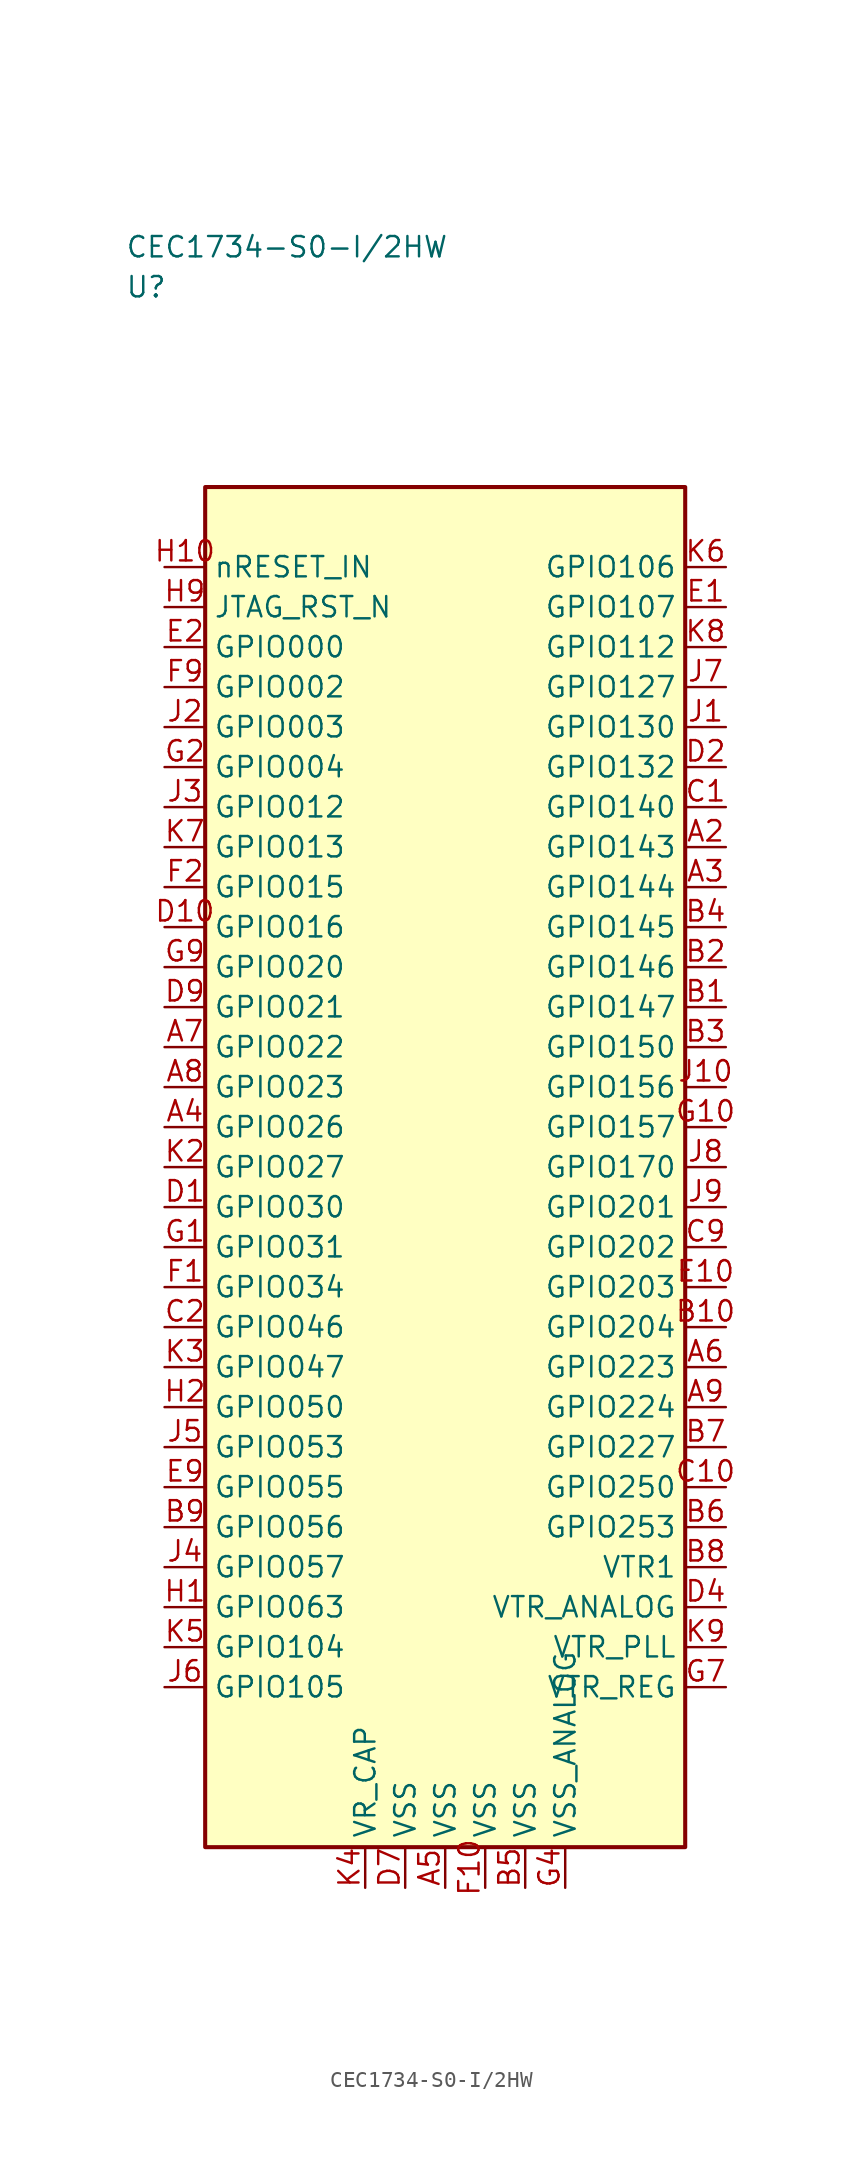
<source format=kicad_sym>
(kicad_symbol_lib
  (version 20241025)
  (generator "kicad_symbol_editor")
  (generator_version "8.0")
  (symbol "CEC1734-S0-I/2HW"
    (property "Reference" "U"
      (at -20.0 55.0 0)
      (effects (font (size 1.27 1.27)) (justify left)))
    (property "Value" "CEC1734-S0-I/2HW"
      (at -20.0 57.5 0)
      (effects (font (size 1.27 1.27)) (justify left)))
    (symbol "CEC1734-S0-I/2HW_0_1"
      (rectangle (start -15.0 42.5) (end 15.0 -42.5) (stroke (width 0.254) (type default)) (fill (type background))))
    (symbol "CEC1734-S0-I/2HW_1_1"
      (pin bidirectional line (at -17.54 32.5 0.0) (length 2.54) (name "GPIO000" (effects (font (size 1.27 1.27)))) (number "E2" (effects (font (size 1.27 1.27)))))
      (pin bidirectional line (at -17.54 30.0 0.0) (length 2.54) (name "GPIO002" (effects (font (size 1.27 1.27)))) (number "F9" (effects (font (size 1.27 1.27)))))
      (pin bidirectional line (at -17.54 27.5 0.0) (length 2.54) (name "GPIO003" (effects (font (size 1.27 1.27)))) (number "J2" (effects (font (size 1.27 1.27)))))
      (pin bidirectional line (at -17.54 25.0 0.0) (length 2.54) (name "GPIO004" (effects (font (size 1.27 1.27)))) (number "G2" (effects (font (size 1.27 1.27)))))
      (pin bidirectional line (at -17.54 22.5 0.0) (length 2.54) (name "GPIO012" (effects (font (size 1.27 1.27)))) (number "J3" (effects (font (size 1.27 1.27)))))
      (pin bidirectional line (at -17.54 20.0 0.0) (length 2.54) (name "GPIO013" (effects (font (size 1.27 1.27)))) (number "K7" (effects (font (size 1.27 1.27)))))
      (pin bidirectional line (at -17.54 17.5 0.0) (length 2.54) (name "GPIO015" (effects (font (size 1.27 1.27)))) (number "F2" (effects (font (size 1.27 1.27)))))
      (pin bidirectional line (at -17.54 15.0 0.0) (length 2.54) (name "GPIO016" (effects (font (size 1.27 1.27)))) (number "D10" (effects (font (size 1.27 1.27)))))
      (pin bidirectional line (at -17.54 12.5 0.0) (length 2.54) (name "GPIO020" (effects (font (size 1.27 1.27)))) (number "G9" (effects (font (size 1.27 1.27)))))
      (pin bidirectional line (at -17.54 10.0 0.0) (length 2.54) (name "GPIO021" (effects (font (size 1.27 1.27)))) (number "D9" (effects (font (size 1.27 1.27)))))
      (pin bidirectional line (at -17.54 7.5 0.0) (length 2.54) (name "GPIO022" (effects (font (size 1.27 1.27)))) (number "A7" (effects (font (size 1.27 1.27)))))
      (pin bidirectional line (at -17.54 5.0 0.0) (length 2.54) (name "GPIO023" (effects (font (size 1.27 1.27)))) (number "A8" (effects (font (size 1.27 1.27)))))
      (pin bidirectional line (at -17.54 2.5 0.0) (length 2.54) (name "GPIO026" (effects (font (size 1.27 1.27)))) (number "A4" (effects (font (size 1.27 1.27)))))
      (pin bidirectional line (at -17.54 0.0 0.0) (length 2.54) (name "GPIO027" (effects (font (size 1.27 1.27)))) (number "K2" (effects (font (size 1.27 1.27)))))
      (pin bidirectional line (at -17.54 -2.5 0.0) (length 2.54) (name "GPIO030" (effects (font (size 1.27 1.27)))) (number "D1" (effects (font (size 1.27 1.27)))))
      (pin bidirectional line (at -17.54 -5.0 0.0) (length 2.54) (name "GPIO031" (effects (font (size 1.27 1.27)))) (number "G1" (effects (font (size 1.27 1.27)))))
      (pin bidirectional line (at -17.54 -7.5 0.0) (length 2.54) (name "GPIO034" (effects (font (size 1.27 1.27)))) (number "F1" (effects (font (size 1.27 1.27)))))
      (pin bidirectional line (at -17.54 -10.0 0.0) (length 2.54) (name "GPIO046" (effects (font (size 1.27 1.27)))) (number "C2" (effects (font (size 1.27 1.27)))))
      (pin bidirectional line (at -17.54 -12.5 0.0) (length 2.54) (name "GPIO047" (effects (font (size 1.27 1.27)))) (number "K3" (effects (font (size 1.27 1.27)))))
      (pin bidirectional line (at -17.54 -15.0 0.0) (length 2.54) (name "GPIO050" (effects (font (size 1.27 1.27)))) (number "H2" (effects (font (size 1.27 1.27)))))
      (pin bidirectional line (at -17.54 -17.5 0.0) (length 2.54) (name "GPIO053" (effects (font (size 1.27 1.27)))) (number "J5" (effects (font (size 1.27 1.27)))))
      (pin bidirectional line (at -17.54 -20.0 0.0) (length 2.54) (name "GPIO055" (effects (font (size 1.27 1.27)))) (number "E9" (effects (font (size 1.27 1.27)))))
      (pin bidirectional line (at -17.54 -22.5 0.0) (length 2.54) (name "GPIO056" (effects (font (size 1.27 1.27)))) (number "B9" (effects (font (size 1.27 1.27)))))
      (pin bidirectional line (at -17.54 -25.0 0.0) (length 2.54) (name "GPIO057" (effects (font (size 1.27 1.27)))) (number "J4" (effects (font (size 1.27 1.27)))))
      (pin bidirectional line (at -17.54 -27.5 0.0) (length 2.54) (name "GPIO063" (effects (font (size 1.27 1.27)))) (number "H1" (effects (font (size 1.27 1.27)))))
      (pin bidirectional line (at -17.54 -30.0 0.0) (length 2.54) (name "GPIO104" (effects (font (size 1.27 1.27)))) (number "K5" (effects (font (size 1.27 1.27)))))
      (pin bidirectional line (at -17.54 -32.5 0.0) (length 2.54) (name "GPIO105" (effects (font (size 1.27 1.27)))) (number "J6" (effects (font (size 1.27 1.27)))))
      (pin bidirectional line (at 17.54 37.5 180.0) (length 2.54) (name "GPIO106" (effects (font (size 1.27 1.27)))) (number "K6" (effects (font (size 1.27 1.27)))))
      (pin bidirectional line (at 17.54 35.0 180.0) (length 2.54) (name "GPIO107" (effects (font (size 1.27 1.27)))) (number "E1" (effects (font (size 1.27 1.27)))))
      (pin bidirectional line (at 17.54 32.5 180.0) (length 2.54) (name "GPIO112" (effects (font (size 1.27 1.27)))) (number "K8" (effects (font (size 1.27 1.27)))))
      (pin bidirectional line (at 17.54 30.0 180.0) (length 2.54) (name "GPIO127" (effects (font (size 1.27 1.27)))) (number "J7" (effects (font (size 1.27 1.27)))))
      (pin bidirectional line (at 17.54 27.5 180.0) (length 2.54) (name "GPIO130" (effects (font (size 1.27 1.27)))) (number "J1" (effects (font (size 1.27 1.27)))))
      (pin bidirectional line (at 17.54 25.0 180.0) (length 2.54) (name "GPIO132" (effects (font (size 1.27 1.27)))) (number "D2" (effects (font (size 1.27 1.27)))))
      (pin bidirectional line (at 17.54 22.5 180.0) (length 2.54) (name "GPIO140" (effects (font (size 1.27 1.27)))) (number "C1" (effects (font (size 1.27 1.27)))))
      (pin bidirectional line (at 17.54 20.0 180.0) (length 2.54) (name "GPIO143" (effects (font (size 1.27 1.27)))) (number "A2" (effects (font (size 1.27 1.27)))))
      (pin bidirectional line (at 17.54 17.5 180.0) (length 2.54) (name "GPIO144" (effects (font (size 1.27 1.27)))) (number "A3" (effects (font (size 1.27 1.27)))))
      (pin bidirectional line (at 17.54 15.0 180.0) (length 2.54) (name "GPIO145" (effects (font (size 1.27 1.27)))) (number "B4" (effects (font (size 1.27 1.27)))))
      (pin bidirectional line (at 17.54 12.5 180.0) (length 2.54) (name "GPIO146" (effects (font (size 1.27 1.27)))) (number "B2" (effects (font (size 1.27 1.27)))))
      (pin bidirectional line (at 17.54 10.0 180.0) (length 2.54) (name "GPIO147" (effects (font (size 1.27 1.27)))) (number "B1" (effects (font (size 1.27 1.27)))))
      (pin bidirectional line (at 17.54 7.5 180.0) (length 2.54) (name "GPIO150" (effects (font (size 1.27 1.27)))) (number "B3" (effects (font (size 1.27 1.27)))))
      (pin bidirectional line (at 17.54 5.0 180.0) (length 2.54) (name "GPIO156" (effects (font (size 1.27 1.27)))) (number "J10" (effects (font (size 1.27 1.27)))))
      (pin bidirectional line (at 17.54 2.5 180.0) (length 2.54) (name "GPIO157" (effects (font (size 1.27 1.27)))) (number "G10" (effects (font (size 1.27 1.27)))))
      (pin bidirectional line (at 17.54 0.0 180.0) (length 2.54) (name "GPIO170" (effects (font (size 1.27 1.27)))) (number "J8" (effects (font (size 1.27 1.27)))))
      (pin bidirectional line (at 17.54 -2.5 180.0) (length 2.54) (name "GPIO201" (effects (font (size 1.27 1.27)))) (number "J9" (effects (font (size 1.27 1.27)))))
      (pin bidirectional line (at 17.54 -5.0 180.0) (length 2.54) (name "GPIO202" (effects (font (size 1.27 1.27)))) (number "C9" (effects (font (size 1.27 1.27)))))
      (pin bidirectional line (at 17.54 -7.5 180.0) (length 2.54) (name "GPIO203" (effects (font (size 1.27 1.27)))) (number "E10" (effects (font (size 1.27 1.27)))))
      (pin bidirectional line (at 17.54 -10.0 180.0) (length 2.54) (name "GPIO204" (effects (font (size 1.27 1.27)))) (number "B10" (effects (font (size 1.27 1.27)))))
      (pin bidirectional line (at 17.54 -12.5 180.0) (length 2.54) (name "GPIO223" (effects (font (size 1.27 1.27)))) (number "A6" (effects (font (size 1.27 1.27)))))
      (pin bidirectional line (at 17.54 -15.0 180.0) (length 2.54) (name "GPIO224" (effects (font (size 1.27 1.27)))) (number "A9" (effects (font (size 1.27 1.27)))))
      (pin bidirectional line (at 17.54 -17.5 180.0) (length 2.54) (name "GPIO227" (effects (font (size 1.27 1.27)))) (number "B7" (effects (font (size 1.27 1.27)))))
      (pin bidirectional line (at 17.54 -20.0 180.0) (length 2.54) (name "GPIO250" (effects (font (size 1.27 1.27)))) (number "C10" (effects (font (size 1.27 1.27)))))
      (pin bidirectional line (at 17.54 -22.5 180.0) (length 2.54) (name "GPIO253" (effects (font (size 1.27 1.27)))) (number "B6" (effects (font (size 1.27 1.27)))))
      (pin input line (at -17.54 35.0 0.0) (length 2.54) (name "JTAG_RST_N" (effects (font (size 1.27 1.27)))) (number "H9" (effects (font (size 1.27 1.27)))))
      (pin input line (at -17.54 37.5 0.0) (length 2.54) (name "nRESET_IN" (effects (font (size 1.27 1.27)))) (number "H10" (effects (font (size 1.27 1.27)))))
      (pin passive line (at 7.5 -45.04 90.0) (length 2.54) (name "VSS_ANALOG" (effects (font (size 1.27 1.27)))) (number "G4" (effects (font (size 1.27 1.27)))))
      (pin bidirectional line (at 17.54 -30.0 180.0) (length 2.54) (name "VTR_PLL" (effects (font (size 1.27 1.27)))) (number "K9" (effects (font (size 1.27 1.27)))))
      (pin passive line (at -2.5 -45.04 90.0) (length 2.54) (name "VSS" (effects (font (size 1.27 1.27)))) (number "D7" (effects (font (size 1.27 1.27)))))
      (pin bidirectional line (at 17.54 -32.5 180.0) (length 2.54) (name "VTR_REG" (effects (font (size 1.27 1.27)))) (number "G7" (effects (font (size 1.27 1.27)))))
      (pin bidirectional line (at 17.54 -25.0 180.0) (length 2.54) (name "VTR1" (effects (font (size 1.27 1.27)))) (number "B8" (effects (font (size 1.27 1.27)))))
      (pin bidirectional line (at 17.54 -27.5 180.0) (length 2.54) (name "VTR_ANALOG" (effects (font (size 1.27 1.27)))) (number "D4" (effects (font (size 1.27 1.27)))))
      (pin passive line (at -5.0 -45.04 90.0) (length 2.54) (name "VR_CAP" (effects (font (size 1.27 1.27)))) (number "K4" (effects (font (size 1.27 1.27)))))
      (pin passive line (at 0.0 -45.04 90.0) (length 2.54) (name "VSS" (effects (font (size 1.27 1.27)))) (number "A5" (effects (font (size 1.27 1.27)))))
      (pin passive line (at 2.5 -45.04 90.0) (length 2.54) (name "VSS" (effects (font (size 1.27 1.27)))) (number "F10" (effects (font (size 1.27 1.27)))))
      (pin passive line (at 5.0 -45.04 90.0) (length 2.54) (name "VSS" (effects (font (size 1.27 1.27)))) (number "B5" (effects (font (size 1.27 1.27))))))))
</source>
